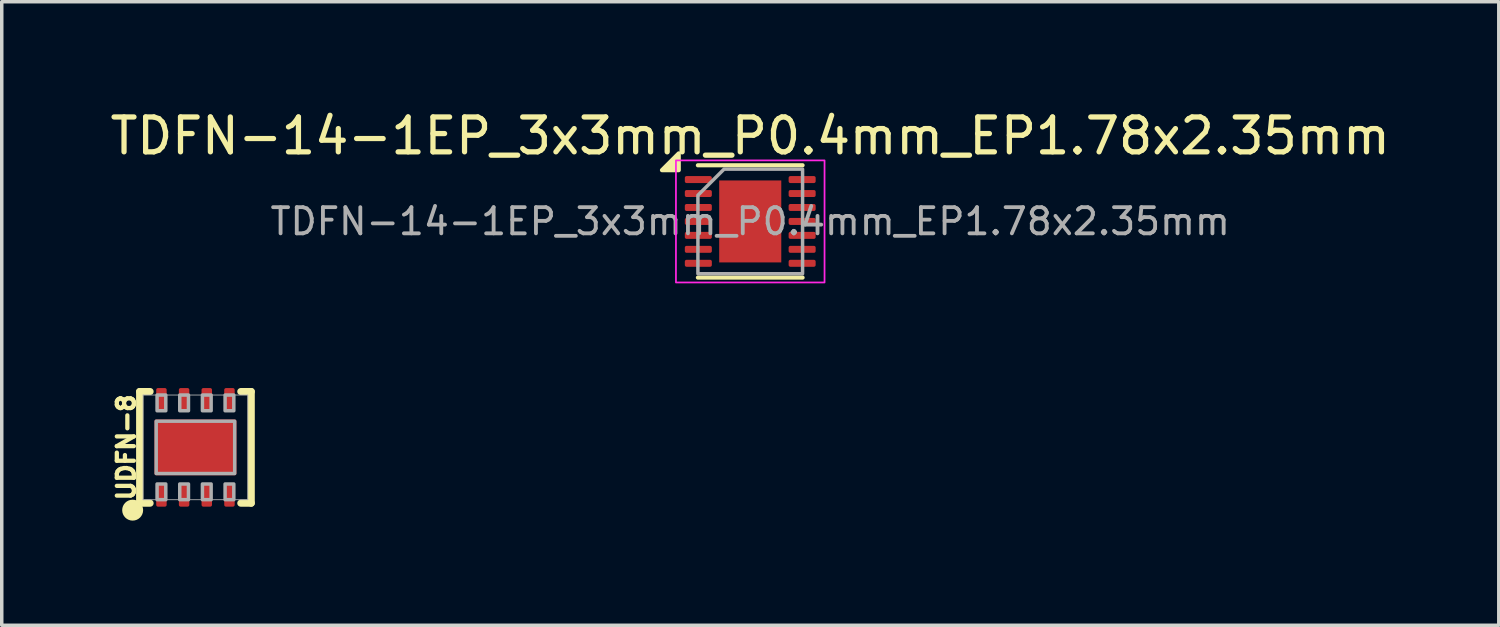
<source format=kicad_pcb>
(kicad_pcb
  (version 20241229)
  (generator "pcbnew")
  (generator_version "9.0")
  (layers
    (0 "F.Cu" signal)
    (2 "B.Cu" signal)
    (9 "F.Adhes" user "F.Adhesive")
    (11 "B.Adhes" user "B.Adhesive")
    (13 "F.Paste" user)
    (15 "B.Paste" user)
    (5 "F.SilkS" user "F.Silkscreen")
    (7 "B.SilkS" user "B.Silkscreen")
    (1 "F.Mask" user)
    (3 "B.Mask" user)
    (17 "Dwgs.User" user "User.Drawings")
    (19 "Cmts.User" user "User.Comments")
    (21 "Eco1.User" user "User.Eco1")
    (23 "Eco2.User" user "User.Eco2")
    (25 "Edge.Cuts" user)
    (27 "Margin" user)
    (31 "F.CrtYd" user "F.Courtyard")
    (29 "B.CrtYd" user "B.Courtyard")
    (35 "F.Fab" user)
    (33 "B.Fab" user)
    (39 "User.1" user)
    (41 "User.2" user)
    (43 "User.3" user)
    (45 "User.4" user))
  (footprint "TDFN-14-1EP_3x3mm_P0.4mm_EP1.78x2.35mm"
    (layer "F.Cu")
    (at 18.458 3.298)
    (property "Reference" "TDFN-14-1EP_3x3mm_P0.4mm_EP1.78x2.35mm" (at 0 -2.45 0) (layer "F.SilkS") (effects (font (size 1 1) (thickness 0.15))))
    (attr smd)
    (fp_line (start -1.5 -1.61) (end 1.5 -1.61) (stroke (width 0.12) (type solid)) (layer "F.SilkS"))
    (fp_line (start -1.5 1.61) (end 1.5 1.61) (stroke (width 0.12) (type solid)) (layer "F.SilkS"))
    (fp_poly (pts (xy -2.05 -1.47) (xy -2.53 -1.47) (xy -2.05 -1.95)) (stroke (width 0.12) (type solid)) (fill yes) (layer "F.SilkS"))
    (fp_rect (start -2.13 -1.75) (end 2.13 1.75) (stroke (width 0.05) (type solid)) (fill no) (layer "F.CrtYd"))
    (fp_poly (pts (xy -1.5 -0.75) (xy -1.5 1.5) (xy 1.5 1.5) (xy 1.5 -1.5) (xy -0.75 -1.5)) (stroke (width 0.1) (type solid)) (fill no) (layer "F.Fab"))
    (fp_text user "${REFERENCE}" (at 0 0 0) (layer "F.Fab") (effects (font (size 0.75 0.75) (thickness 0.11))))
    (pad "" smd roundrect (at -0.445 -0.59) (size 0.72 0.95) (layers "F.Paste") (roundrect_rratio 0.25))
    (pad "" smd roundrect (at -0.445 0.59) (size 0.72 0.95) (layers "F.Paste") (roundrect_rratio 0.25))
    (pad "" smd roundrect (at 0.445 -0.59) (size 0.72 0.95) (layers "F.Paste") (roundrect_rratio 0.25))
    (pad "" smd roundrect (at 0.445 0.59) (size 0.72 0.95) (layers "F.Paste") (roundrect_rratio 0.25))
    (pad "1" smd roundrect (at -1.488 -1.2) (size 0.775 0.2) (layers "F.Cu" "F.Mask" "F.Paste") (roundrect_rratio 0.25))
    (pad "2" smd roundrect (at -1.488 -0.8) (size 0.775 0.2) (layers "F.Cu" "F.Mask" "F.Paste") (roundrect_rratio 0.25))
    (pad "3" smd roundrect (at -1.488 -0.4) (size 0.775 0.2) (layers "F.Cu" "F.Mask" "F.Paste") (roundrect_rratio 0.25))
    (pad "4" smd roundrect (at -1.488 0) (size 0.775 0.2) (layers "F.Cu" "F.Mask" "F.Paste") (roundrect_rratio 0.25))
    (pad "5" smd roundrect (at -1.488 0.4) (size 0.775 0.2) (layers "F.Cu" "F.Mask" "F.Paste") (roundrect_rratio 0.25))
    (pad "6" smd roundrect (at -1.488 0.8) (size 0.775 0.2) (layers "F.Cu" "F.Mask" "F.Paste") (roundrect_rratio 0.25))
    (pad "7" smd roundrect (at -1.488 1.2) (size 0.775 0.2) (layers "F.Cu" "F.Mask" "F.Paste") (roundrect_rratio 0.25))
    (pad "8" smd roundrect (at 1.488 1.2) (size 0.775 0.2) (layers "F.Cu" "F.Mask" "F.Paste") (roundrect_rratio 0.25))
    (pad "9" smd roundrect (at 1.488 0.8) (size 0.775 0.2) (layers "F.Cu" "F.Mask" "F.Paste") (roundrect_rratio 0.25))
    (pad "10" smd roundrect (at 1.488 0.4) (size 0.775 0.2) (layers "F.Cu" "F.Mask" "F.Paste") (roundrect_rratio 0.25))
    (pad "11" smd roundrect (at 1.488 0) (size 0.775 0.2) (layers "F.Cu" "F.Mask" "F.Paste") (roundrect_rratio 0.25))
    (pad "12" smd roundrect (at 1.488 -0.4) (size 0.775 0.2) (layers "F.Cu" "F.Mask" "F.Paste") (roundrect_rratio 0.25))
    (pad "13" smd roundrect (at 1.488 -0.8) (size 0.775 0.2) (layers "F.Cu" "F.Mask" "F.Paste") (roundrect_rratio 0.25))
    (pad "14" smd roundrect (at 1.488 -1.2) (size 0.775 0.2) (layers "F.Cu" "F.Mask" "F.Paste") (roundrect_rratio 0.25))
    (pad "15" smd rect (at 0 0) (size 1.78 2.35) (property pad_prop_heatsink) (layers "F.Cu" "F.Mask")))
  (footprint "UDFN-8"
    (layer "F.Cu")
    (at 2.553 9.775)
    (property "Reference" "UDFN-8" (at -1.7 0 90) (layer "F.SilkS") (effects (font (size 0.488 0.488) (thickness 0.122)) (justify bottom)))
    (fp_line (start -1.6 -1.6) (end -1.3 -1.6) (stroke (width 0.203) (type solid)) (layer "F.SilkS"))
    (fp_line (start -1.6 1.6) (end -1.6 -1.6) (stroke (width 0.203) (type solid)) (layer "F.SilkS"))
    (fp_line (start -1.6 1.6) (end -1.3 1.6) (stroke (width 0.203) (type solid)) (layer "F.SilkS"))
    (fp_line (start 1.6 -1.6) (end 1.3 -1.6) (stroke (width 0.203) (type solid)) (layer "F.SilkS"))
    (fp_line (start 1.6 -1.6) (end 1.6 1.6) (stroke (width 0.203) (type solid)) (layer "F.SilkS"))
    (fp_line (start 1.6 1.6) (end 1.3 1.6) (stroke (width 0.203) (type solid)) (layer "F.SilkS"))
    (fp_circle (center -1.8 1.8) (end -1.65 1.8) (stroke (width 0.3) (type solid)) (fill yes) (layer "F.SilkS"))
    (fp_poly (pts (xy -0.688 0.4) (xy 0.688 0.4) (xy 0.688 -0.4) (xy -0.688 -0.4)) (stroke (width 0) (type default)) (fill yes) (layer "F.Paste"))
    (fp_line (start -1.5 -1.5) (end 1.5 -1.5) (stroke (width 0.025) (type solid)) (layer "F.Fab"))
    (fp_line (start -1.5 1.5) (end -1.5 -1.5) (stroke (width 0.025) (type solid)) (layer "F.Fab"))
    (fp_line (start 1.5 -1.5) (end 1.5 1.5) (stroke (width 0.025) (type solid)) (layer "F.Fab"))
    (fp_line (start 1.5 1.5) (end -1.5 1.5) (stroke (width 0.025) (type solid)) (layer "F.Fab"))
    (fp_poly (pts (xy -1.125 0.75) (xy 1.125 0.75) (xy 1.125 -0.75) (xy -1.125 -0.75)) (stroke (width 0.1) (type default)) (fill no) (layer "F.Fab"))
    (fp_poly (pts (xy -1.1 1.5) (xy -0.85 1.5) (xy -0.85 1.05) (xy -1.1 1.05)) (stroke (width 0.1) (type default)) (fill no) (layer "F.Fab"))
    (fp_poly (pts (xy -0.85 -1.5) (xy -1.1 -1.5) (xy -1.1 -1.05) (xy -0.85 -1.05)) (stroke (width 0.1) (type default)) (fill no) (layer "F.Fab"))
    (fp_poly (pts (xy -0.45 1.5) (xy -0.2 1.5) (xy -0.2 1.05) (xy -0.45 1.05)) (stroke (width 0.1) (type default)) (fill no) (layer "F.Fab"))
    (fp_poly (pts (xy -0.2 -1.5) (xy -0.45 -1.5) (xy -0.45 -1.05) (xy -0.2 -1.05)) (stroke (width 0.1) (type default)) (fill no) (layer "F.Fab"))
    (fp_poly (pts (xy 0.2 1.5) (xy 0.45 1.5) (xy 0.45 1.05) (xy 0.2 1.05)) (stroke (width 0.1) (type default)) (fill no) (layer "F.Fab"))
    (fp_poly (pts (xy 0.45 -1.5) (xy 0.2 -1.5) (xy 0.2 -1.05) (xy 0.45 -1.05)) (stroke (width 0.1) (type default)) (fill no) (layer "F.Fab"))
    (fp_poly (pts (xy 0.85 1.5) (xy 1.1 1.5) (xy 1.1 1.05) (xy 0.85 1.05)) (stroke (width 0.1) (type default)) (fill no) (layer "F.Fab"))
    (fp_poly (pts (xy 1.1 -1.5) (xy 0.85 -1.5) (xy 0.85 -1.05) (xy 1.1 -1.05)) (stroke (width 0.1) (type default)) (fill no) (layer "F.Fab"))
    (pad "1" smd roundrect (at -0.975 1.375) (size 0.3 0.65) (layers "F.Cu" "F.Mask" "F.Paste") (roundrect_rratio 0.169))
    (pad "2" smd roundrect (at -0.325 1.375) (size 0.3 0.65) (layers "F.Cu" "F.Mask" "F.Paste") (roundrect_rratio 0.169))
    (pad "3" smd roundrect (at 0.325 1.375) (size 0.3 0.65) (layers "F.Cu" "F.Mask" "F.Paste") (roundrect_rratio 0.169))
    (pad "4" smd roundrect (at 0.975 1.375) (size 0.3 0.65) (layers "F.Cu" "F.Mask" "F.Paste") (roundrect_rratio 0.169))
    (pad "5" smd roundrect (at 0.975 -1.375 180) (size 0.3 0.65) (layers "F.Cu" "F.Mask" "F.Paste") (roundrect_rratio 0.169))
    (pad "6" smd roundrect (at 0.325 -1.375 180) (size 0.3 0.65) (layers "F.Cu" "F.Mask" "F.Paste") (roundrect_rratio 0.169))
    (pad "7" smd roundrect (at -0.325 -1.375 180) (size 0.3 0.65) (layers "F.Cu" "F.Mask" "F.Paste") (roundrect_rratio 0.169))
    (pad "8" smd roundrect (at -0.975 -1.375 180) (size 0.3 0.65) (layers "F.Cu" "F.Mask" "F.Paste") (roundrect_rratio 0.169))
    (pad "EP" smd roundrect (at 0 0) (size 2.35 1.6) (layers "F.Cu" "F.Mask") (roundrect_rratio 0.032)))
  (gr_rect
    (start -3 -3)
    (end 39.917 14.875)
    (stroke (width 0.1) (type default))
    (fill no)
    (layer "Edge.Cuts")))
</source>
